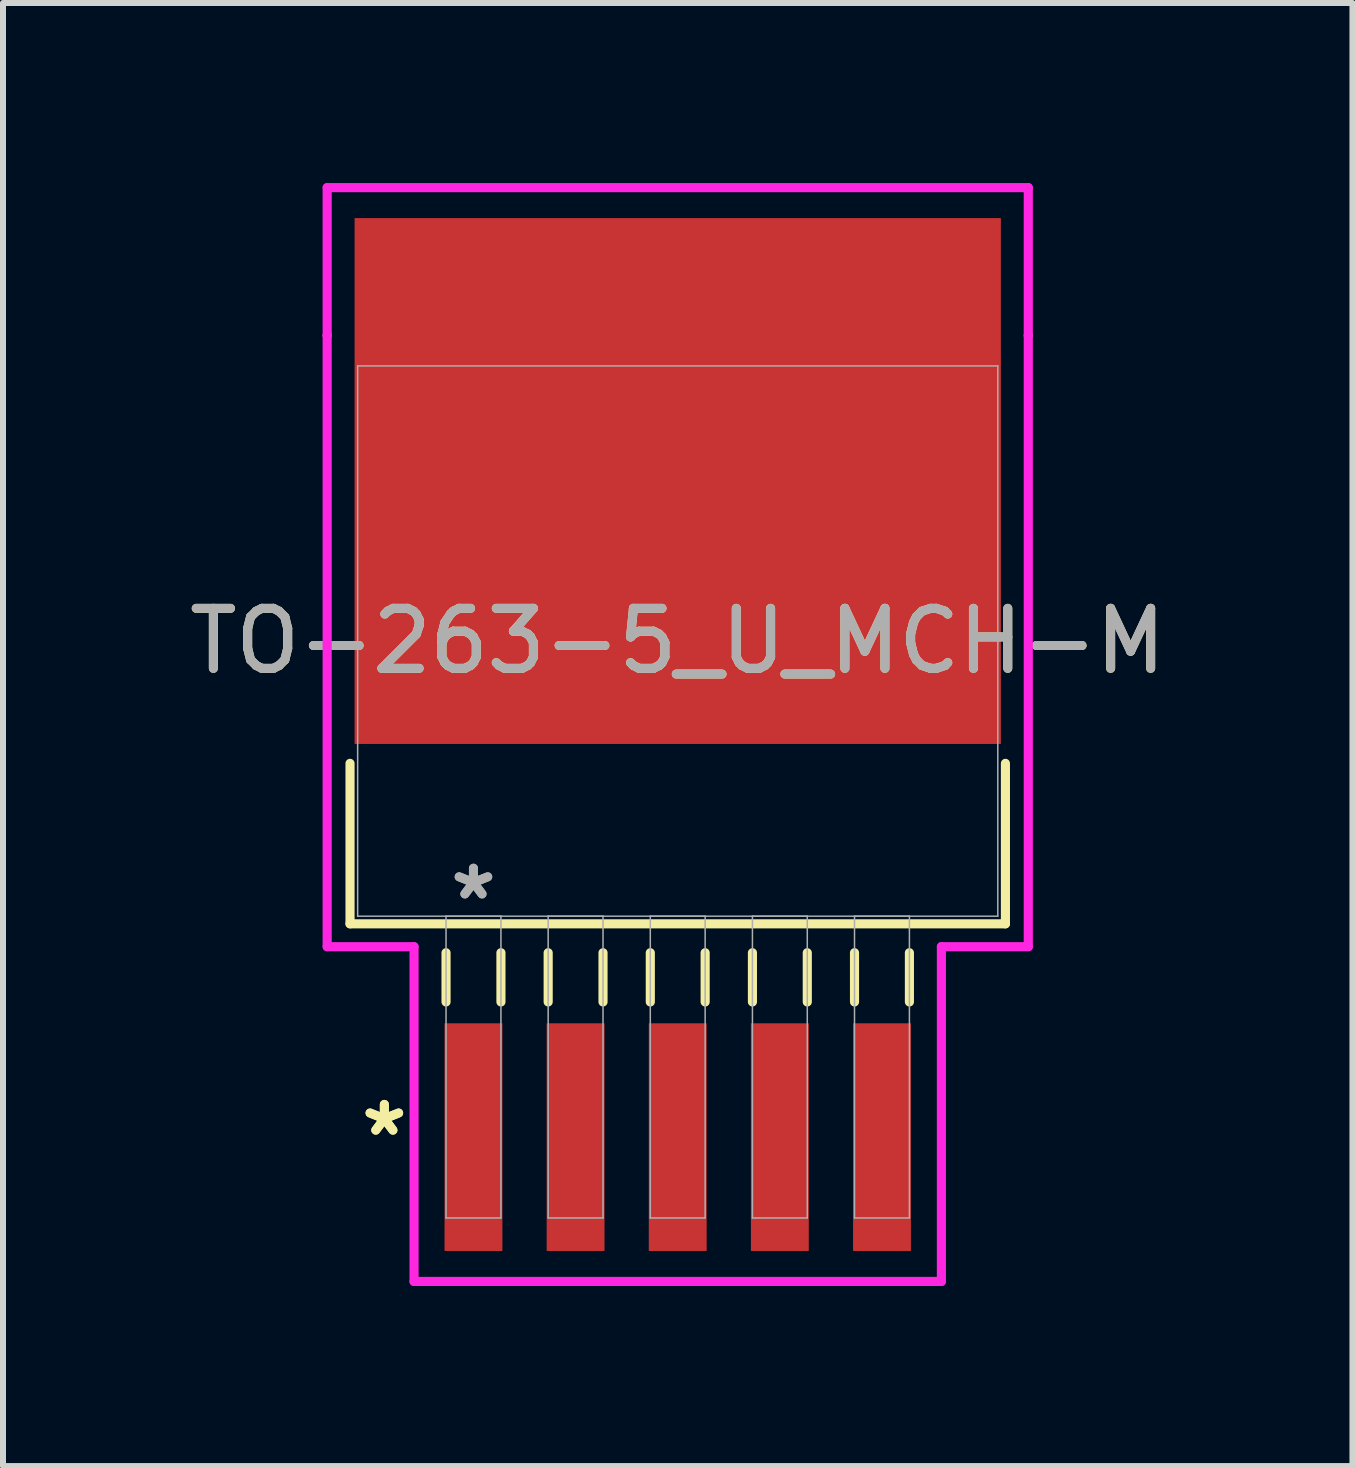
<source format=kicad_pcb>
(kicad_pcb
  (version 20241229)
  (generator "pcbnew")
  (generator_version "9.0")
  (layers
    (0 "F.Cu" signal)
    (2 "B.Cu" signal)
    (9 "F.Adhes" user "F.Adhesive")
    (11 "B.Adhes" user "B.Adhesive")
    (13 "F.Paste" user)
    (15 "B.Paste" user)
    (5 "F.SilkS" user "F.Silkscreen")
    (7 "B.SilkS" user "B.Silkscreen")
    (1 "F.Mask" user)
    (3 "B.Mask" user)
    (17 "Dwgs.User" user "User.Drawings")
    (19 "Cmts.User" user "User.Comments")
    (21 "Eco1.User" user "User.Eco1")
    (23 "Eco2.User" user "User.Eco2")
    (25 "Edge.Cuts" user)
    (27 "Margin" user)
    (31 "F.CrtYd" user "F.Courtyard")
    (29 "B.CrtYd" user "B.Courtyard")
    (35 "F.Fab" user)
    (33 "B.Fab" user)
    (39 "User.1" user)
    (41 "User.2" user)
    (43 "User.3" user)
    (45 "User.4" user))
  (footprint "TO-263-5_U_MCH-M"
    (layer "F.Cu")
    (at 8.244 7.633)
    (property "Reference" "TO-263-5_U_MCH-M" (at 0 0 0) (unlocked yes) (layer "F.SilkS") (effects (font (size 1 1) (thickness 0.15))))
    (attr smd)
    (fp_line (start -5.461 2.038) (end -5.461 4.712) (stroke (width 0.152) (type solid)) (layer "F.SilkS"))
    (fp_line (start -5.461 4.712) (end 5.461 4.712) (stroke (width 0.152) (type solid)) (layer "F.SilkS"))
    (fp_line (start -3.861 5.194) (end -3.861 6.014) (stroke (width 0.152) (type solid)) (layer "F.SilkS"))
    (fp_line (start -2.946 5.194) (end -2.946 6.014) (stroke (width 0.152) (type solid)) (layer "F.SilkS"))
    (fp_line (start -2.159 5.194) (end -2.159 6.014) (stroke (width 0.152) (type solid)) (layer "F.SilkS"))
    (fp_line (start -1.245 5.194) (end -1.245 6.014) (stroke (width 0.152) (type solid)) (layer "F.SilkS"))
    (fp_line (start -0.457 5.194) (end -0.457 6.014) (stroke (width 0.152) (type solid)) (layer "F.SilkS"))
    (fp_line (start 0.457 5.194) (end 0.457 6.014) (stroke (width 0.152) (type solid)) (layer "F.SilkS"))
    (fp_line (start 1.245 5.194) (end 1.245 6.014) (stroke (width 0.152) (type solid)) (layer "F.SilkS"))
    (fp_line (start 2.159 5.194) (end 2.159 6.014) (stroke (width 0.152) (type solid)) (layer "F.SilkS"))
    (fp_line (start 2.946 5.194) (end 2.946 6.014) (stroke (width 0.152) (type solid)) (layer "F.SilkS"))
    (fp_line (start 3.861 5.194) (end 3.861 6.014) (stroke (width 0.152) (type solid)) (layer "F.SilkS"))
    (fp_line (start 5.461 4.712) (end 5.461 2.038) (stroke (width 0.152) (type solid)) (layer "F.SilkS"))
    (fp_line (start -5.842 -7.556) (end 5.842 -7.556) (stroke (width 0.152) (type solid)) (layer "F.CrtYd"))
    (fp_line (start -5.842 -5.093) (end -5.842 -7.556) (stroke (width 0.152) (type solid)) (layer "F.CrtYd"))
    (fp_line (start -5.842 -5.093) (end -5.842 -5.093) (stroke (width 0.152) (type solid)) (layer "F.CrtYd"))
    (fp_line (start -5.842 5.093) (end -5.842 -5.093) (stroke (width 0.152) (type solid)) (layer "F.CrtYd"))
    (fp_line (start -4.394 5.093) (end -5.842 5.093) (stroke (width 0.152) (type solid)) (layer "F.CrtYd"))
    (fp_line (start -4.394 10.672) (end -4.394 5.093) (stroke (width 0.152) (type solid)) (layer "F.CrtYd"))
    (fp_line (start 4.394 5.093) (end 4.394 10.672) (stroke (width 0.152) (type solid)) (layer "F.CrtYd"))
    (fp_line (start 4.394 10.672) (end -4.394 10.672) (stroke (width 0.152) (type solid)) (layer "F.CrtYd"))
    (fp_line (start 5.842 -7.556) (end 5.842 -5.093) (stroke (width 0.152) (type solid)) (layer "F.CrtYd"))
    (fp_line (start 5.842 -5.093) (end 5.842 -5.093) (stroke (width 0.152) (type solid)) (layer "F.CrtYd"))
    (fp_line (start 5.842 -5.093) (end 5.842 5.093) (stroke (width 0.152) (type solid)) (layer "F.CrtYd"))
    (fp_line (start 5.842 5.093) (end 4.394 5.093) (stroke (width 0.152) (type solid)) (layer "F.CrtYd"))
    (fp_line (start -5.334 -4.585) (end -5.334 4.585) (stroke (width 0.025) (type solid)) (layer "F.Fab"))
    (fp_line (start -5.334 4.585) (end 5.334 4.585) (stroke (width 0.025) (type solid)) (layer "F.Fab"))
    (fp_line (start -3.861 4.585) (end -3.861 9.614) (stroke (width 0.025) (type solid)) (layer "F.Fab"))
    (fp_line (start -3.861 9.614) (end -2.946 9.614) (stroke (width 0.025) (type solid)) (layer "F.Fab"))
    (fp_line (start -2.946 4.585) (end -3.861 4.585) (stroke (width 0.025) (type solid)) (layer "F.Fab"))
    (fp_line (start -2.946 9.614) (end -2.946 4.585) (stroke (width 0.025) (type solid)) (layer "F.Fab"))
    (fp_line (start -2.159 4.585) (end -2.159 9.614) (stroke (width 0.025) (type solid)) (layer "F.Fab"))
    (fp_line (start -2.159 9.614) (end -1.245 9.614) (stroke (width 0.025) (type solid)) (layer "F.Fab"))
    (fp_line (start -1.245 4.585) (end -2.159 4.585) (stroke (width 0.025) (type solid)) (layer "F.Fab"))
    (fp_line (start -1.245 9.614) (end -1.245 4.585) (stroke (width 0.025) (type solid)) (layer "F.Fab"))
    (fp_line (start -0.457 4.585) (end -0.457 9.614) (stroke (width 0.025) (type solid)) (layer "F.Fab"))
    (fp_line (start -0.457 9.614) (end 0.457 9.614) (stroke (width 0.025) (type solid)) (layer "F.Fab"))
    (fp_line (start 0.457 4.585) (end -0.457 4.585) (stroke (width 0.025) (type solid)) (layer "F.Fab"))
    (fp_line (start 0.457 9.614) (end 0.457 4.585) (stroke (width 0.025) (type solid)) (layer "F.Fab"))
    (fp_line (start 1.245 4.585) (end 1.245 9.614) (stroke (width 0.025) (type solid)) (layer "F.Fab"))
    (fp_line (start 1.245 9.614) (end 2.159 9.614) (stroke (width 0.025) (type solid)) (layer "F.Fab"))
    (fp_line (start 2.159 4.585) (end 1.245 4.585) (stroke (width 0.025) (type solid)) (layer "F.Fab"))
    (fp_line (start 2.159 9.614) (end 2.159 4.585) (stroke (width 0.025) (type solid)) (layer "F.Fab"))
    (fp_line (start 2.946 4.585) (end 2.946 9.614) (stroke (width 0.025) (type solid)) (layer "F.Fab"))
    (fp_line (start 2.946 9.614) (end 3.861 9.614) (stroke (width 0.025) (type solid)) (layer "F.Fab"))
    (fp_line (start 3.861 4.585) (end 2.946 4.585) (stroke (width 0.025) (type solid)) (layer "F.Fab"))
    (fp_line (start 3.861 9.614) (end 3.861 4.585) (stroke (width 0.025) (type solid)) (layer "F.Fab"))
    (fp_line (start 5.334 -4.585) (end -5.334 -4.585) (stroke (width 0.025) (type solid)) (layer "F.Fab"))
    (fp_line (start 5.334 4.585) (end 5.334 -4.585) (stroke (width 0.025) (type solid)) (layer "F.Fab"))
    (fp_text user "*" (at -4.889 8.267 0) (unlocked yes) (layer "F.SilkS") (effects (font (size 1 1) (thickness 0.15))))
    (fp_text user "*" (at -4.889 8.267 0) (layer "F.SilkS") (effects (font (size 1 1) (thickness 0.15))))
    (fp_text user "*" (at -3.404 4.331 0) (layer "F.Fab") (effects (font (size 1 1) (thickness 0.15))))
    (fp_text user "${REFERENCE}" (at 0 0 0) (unlocked yes) (layer "F.Fab") (effects (font (size 1 1) (thickness 0.15))))
    (fp_text user "*" (at -3.404 4.331 0) (unlocked yes) (layer "F.Fab") (effects (font (size 1 1) (thickness 0.15))))
    (pad "1" smd rect (at -3.404 8.267) (size 0.964 3.794) (layers "F.Cu" "F.Mask" "F.Paste"))
    (pad "2" smd rect (at -1.702 8.267) (size 0.964 3.794) (layers "F.Cu" "F.Mask" "F.Paste"))
    (pad "3" smd rect (at 0 8.267) (size 0.964 3.794) (layers "F.Cu" "F.Mask" "F.Paste"))
    (pad "4" smd rect (at 1.702 8.267) (size 0.964 3.794) (layers "F.Cu" "F.Mask" "F.Paste"))
    (pad "5" smd rect (at 3.404 8.267) (size 0.964 3.794) (layers "F.Cu" "F.Mask" "F.Paste"))
    (pad "6" smd rect (at 0 -2.667) (size 10.77 8.763) (layers "F.Cu" "F.Mask" "F.Paste")))
  (gr_rect
    (start -3 -3)
    (end 19.488 21.381)
    (stroke (width 0.1) (type default))
    (fill no)
    (layer "Edge.Cuts")))
</source>
